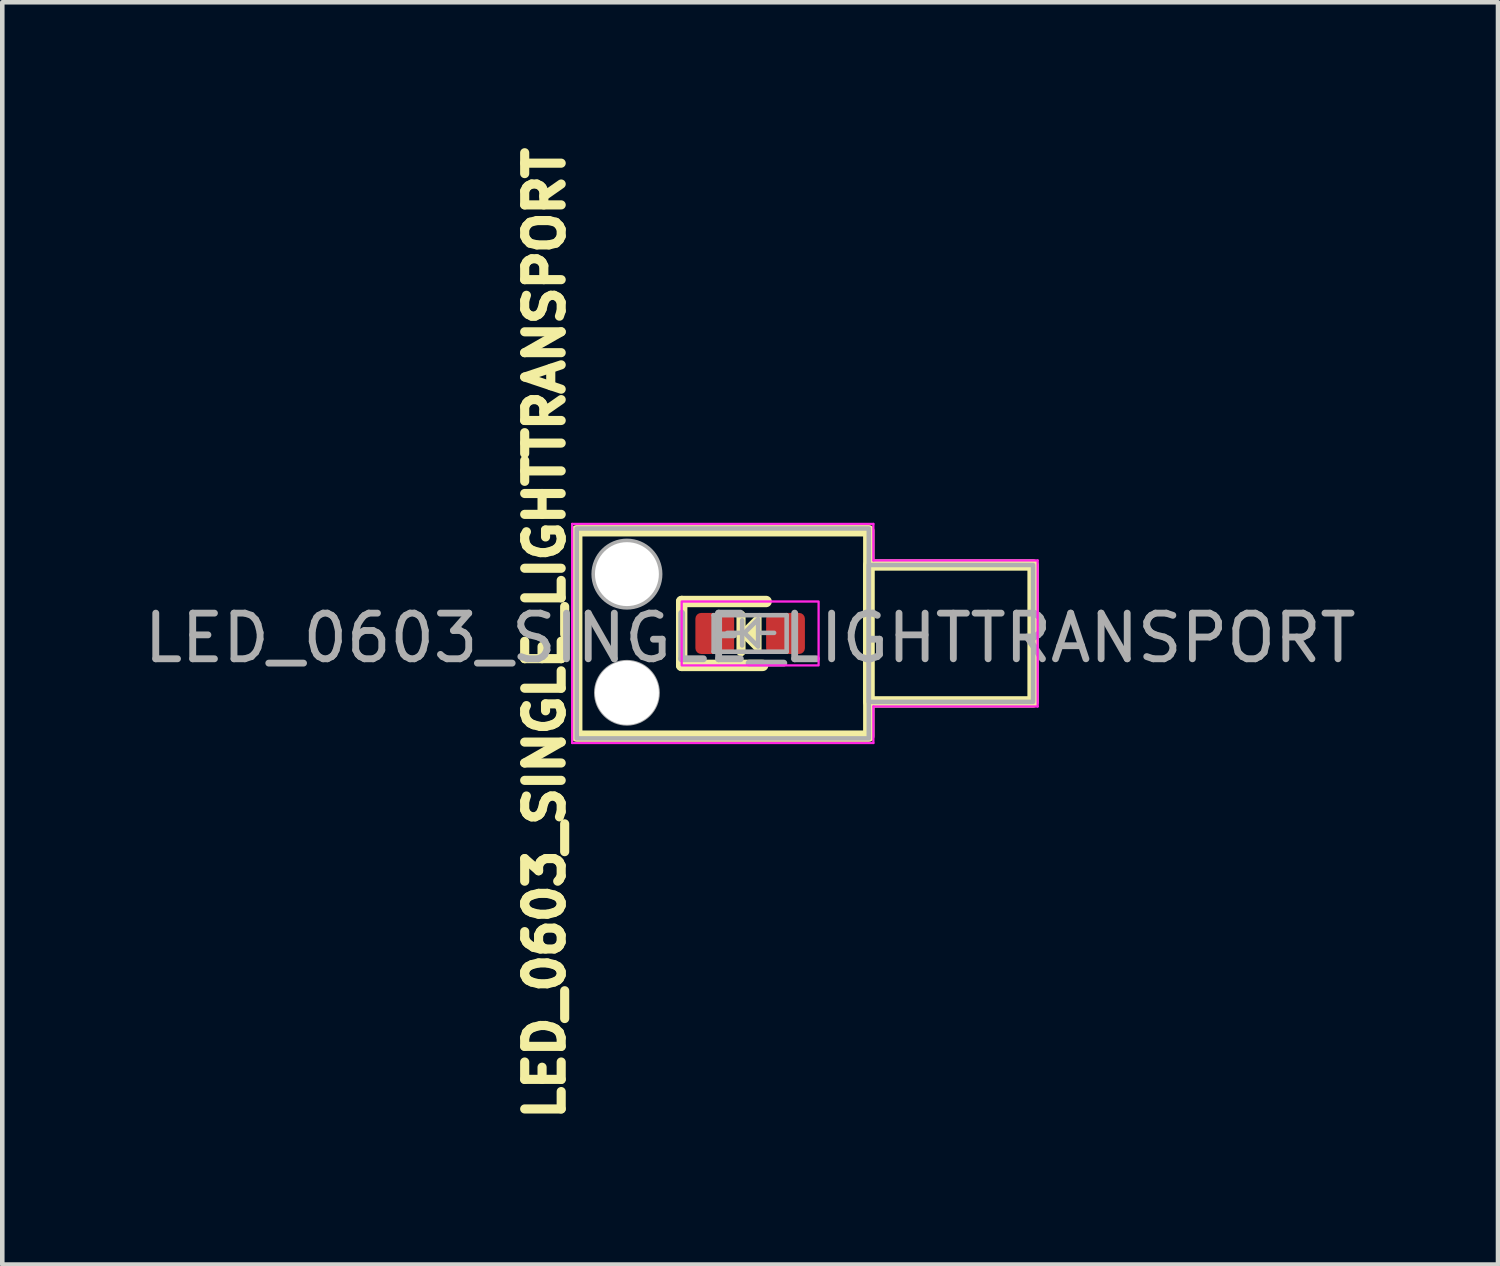
<source format=kicad_pcb>
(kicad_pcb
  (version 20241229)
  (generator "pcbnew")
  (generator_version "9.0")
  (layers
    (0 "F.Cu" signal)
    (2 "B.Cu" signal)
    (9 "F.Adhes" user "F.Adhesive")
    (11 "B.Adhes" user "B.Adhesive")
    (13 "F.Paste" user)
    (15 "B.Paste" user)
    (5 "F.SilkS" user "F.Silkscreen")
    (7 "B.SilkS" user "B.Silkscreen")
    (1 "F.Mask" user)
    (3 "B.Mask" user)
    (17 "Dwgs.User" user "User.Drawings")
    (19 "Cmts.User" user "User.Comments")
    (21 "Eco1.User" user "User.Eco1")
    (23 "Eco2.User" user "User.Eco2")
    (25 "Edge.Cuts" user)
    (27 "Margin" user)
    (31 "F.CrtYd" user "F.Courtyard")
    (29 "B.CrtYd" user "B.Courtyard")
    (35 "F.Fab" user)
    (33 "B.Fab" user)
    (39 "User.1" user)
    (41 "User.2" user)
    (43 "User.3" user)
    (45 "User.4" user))
  (footprint "LED_0603_SINGLE_LIGHTTRANSPORT"
    (layer "F.Cu")
    (at 13.387 10.83)
    (property "Reference" "LED_0603_SINGLE_LIGHTTRANSPORT" (at -4.5 0 90) (unlocked yes) (layer "F.SilkS") (effects (font (size 0.8 0.8) (thickness 0.2) (bold yes))))
    (attr smd)
    (fp_line (start -1.5 -0.7) (end -1.5 0.7) (stroke (width 0.25) (type default)) (layer "F.SilkS"))
    (fp_line (start -1.5 -0.7) (end 0.35 -0.7) (stroke (width 0.25) (type default)) (layer "F.SilkS"))
    (fp_line (start -1.5 0.7) (end 0.275 0.7) (stroke (width 0.25) (type default)) (layer "F.SilkS"))
    (fp_line (start -0.2 -0.4) (end -0.2 0.4) (stroke (width 0.2) (type default)) (layer "F.SilkS"))
    (fp_rect (start -3.8 -2.25) (end 2.6 2.25) (stroke (width 0.25) (type default)) (fill no) (layer "F.SilkS"))
    (fp_rect (start 2.6 -1.5) (end 6.2 1.5) (stroke (width 0.25) (type default)) (fill no) (layer "F.SilkS"))
    (fp_poly (pts (xy -0.2 0) (xy 0.2 -0.4) (xy 0.2 0.4)) (stroke (width 0.1) (type solid)) (fill yes) (layer "F.SilkS"))
    (fp_line (start -3.9 -2.4) (end 2.7 -2.4) (stroke (width 0.05) (type default)) (layer "F.CrtYd"))
    (fp_line (start -3.9 2.4) (end -3.9 -2.4) (stroke (width 0.05) (type default)) (layer "F.CrtYd"))
    (fp_line (start 2.7 -2.4) (end 2.7 -1.6) (stroke (width 0.05) (type default)) (layer "F.CrtYd"))
    (fp_line (start 2.7 -1.6) (end 6.3 -1.6) (stroke (width 0.05) (type default)) (layer "F.CrtYd"))
    (fp_line (start 2.7 1.6) (end 2.7 2.4) (stroke (width 0.05) (type default)) (layer "F.CrtYd"))
    (fp_line (start 2.7 2.4) (end -3.9 2.4) (stroke (width 0.05) (type default)) (layer "F.CrtYd"))
    (fp_line (start 6.3 -1.6) (end 6.3 1.6) (stroke (width 0.05) (type default)) (layer "F.CrtYd"))
    (fp_line (start 6.3 1.6) (end 2.7 1.6) (stroke (width 0.05) (type default)) (layer "F.CrtYd"))
    (fp_rect (start -1.5 -0.7) (end 1.5 0.7) (stroke (width 0.05) (type default)) (fill no) (layer "F.CrtYd"))
    (fp_line (start -0.8 -0.4) (end 0.8 -0.4) (stroke (width 0.1) (type solid)) (layer "F.Fab"))
    (fp_line (start -0.8 0.4) (end -0.8 -0.4) (stroke (width 0.1) (type solid)) (layer "F.Fab"))
    (fp_line (start -0.175 -0.287) (end -0.175 0.263) (stroke (width 0.1) (type default)) (layer "F.Fab"))
    (fp_line (start -0.175 -0.013) (end -0.5 -0.013) (stroke (width 0.1) (type default)) (layer "F.Fab"))
    (fp_line (start 0.525 -0.013) (end 0.2 -0.013) (stroke (width 0.1) (type default)) (layer "F.Fab"))
    (fp_line (start 0.8 -0.4) (end 0.8 0.4) (stroke (width 0.1) (type solid)) (layer "F.Fab"))
    (fp_line (start 0.8 0.4) (end -0.8 0.4) (stroke (width 0.1) (type solid)) (layer "F.Fab"))
    (fp_rect (start -3.8 -2.3) (end 2.6 2.3) (stroke (width 0.1) (type default)) (fill no) (layer "F.Fab"))
    (fp_rect (start 2.6 -1.5) (end 6.2 1.5) (stroke (width 0.1) (type default)) (fill no) (layer "F.Fab"))
    (fp_circle (center -2.7 -1.3) (end -3.4 -1.5) (stroke (width 0.1) (type default)) (fill no) (layer "F.Fab"))
    (fp_circle (center -2.7 1.3) (end -3.3 1) (stroke (width 0.1) (type default)) (fill no) (layer "F.Fab"))
    (fp_poly (pts (xy -0.125 -0.013) (xy 0.175 -0.312) (xy 0.175 0.287)) (stroke (width 0.1) (type solid)) (fill no) (layer "F.Fab"))
    (fp_text user "${REFERENCE}" (at 0 0.1 0) (unlocked yes) (layer "F.Fab") (effects (font (size 1 1) (thickness 0.15))))
    (pad "" np_thru_hole circle (at -2.7 -1.3) (size 1.4 1.4) (drill 1.4) (layers "*.Cu" "*.Mask"))
    (pad "" np_thru_hole circle (at -2.7 1.3) (size 1.4 1.4) (drill 1.4) (layers "*.Cu" "*.Mask"))
    (pad "1" smd roundrect (at -0.775 0) (size 0.85 0.9) (layers "F.Cu" "F.Mask" "F.Paste") (roundrect_rratio 0.15))
    (pad "2" smd roundrect (at 0.775 0) (size 0.85 0.9) (layers "F.Cu" "F.Mask" "F.Paste") (roundrect_rratio 0.15)))
  (gr_rect
    (start -3 -3)
    (end 29.774 24.659)
    (stroke (width 0.1) (type default))
    (fill no)
    (layer "Edge.Cuts")))
</source>
